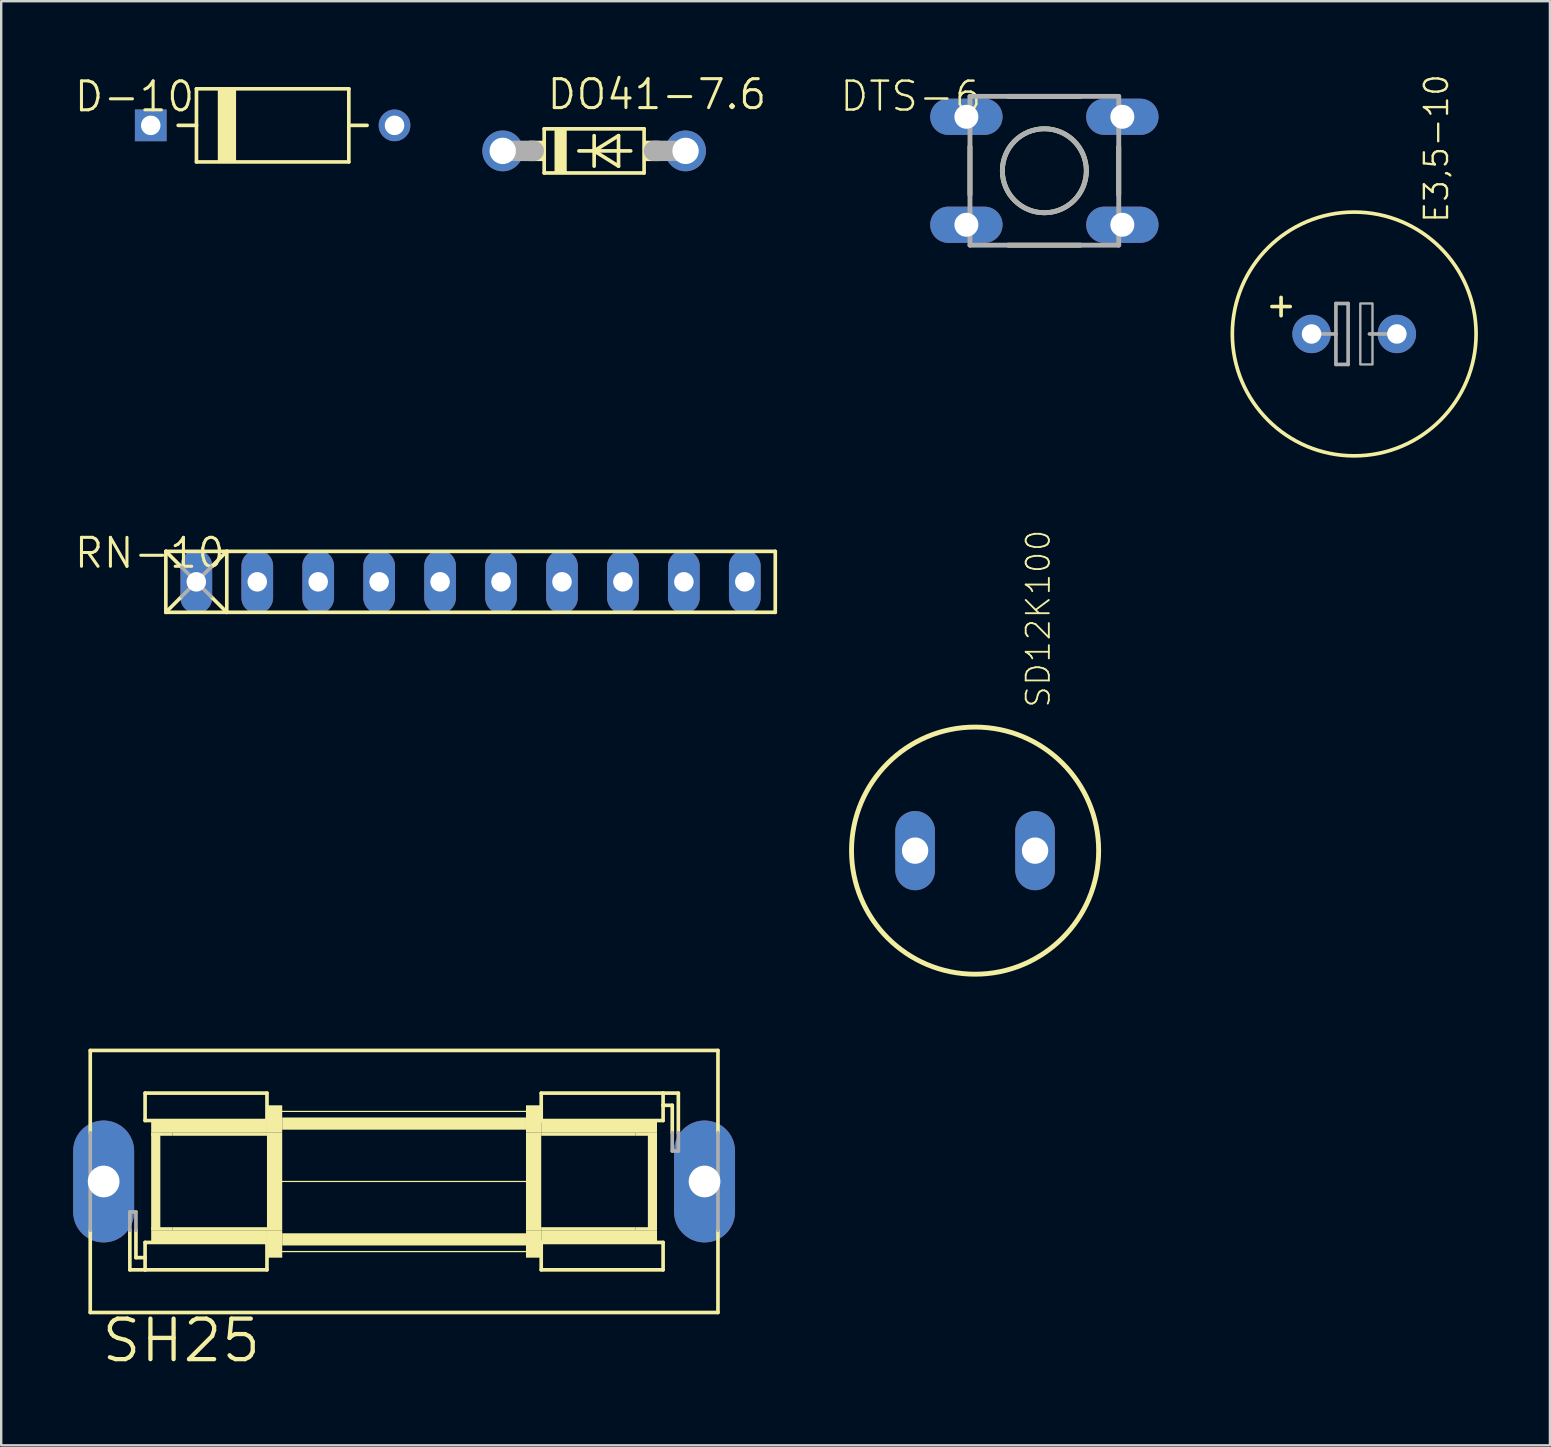
<source format=kicad_pcb>
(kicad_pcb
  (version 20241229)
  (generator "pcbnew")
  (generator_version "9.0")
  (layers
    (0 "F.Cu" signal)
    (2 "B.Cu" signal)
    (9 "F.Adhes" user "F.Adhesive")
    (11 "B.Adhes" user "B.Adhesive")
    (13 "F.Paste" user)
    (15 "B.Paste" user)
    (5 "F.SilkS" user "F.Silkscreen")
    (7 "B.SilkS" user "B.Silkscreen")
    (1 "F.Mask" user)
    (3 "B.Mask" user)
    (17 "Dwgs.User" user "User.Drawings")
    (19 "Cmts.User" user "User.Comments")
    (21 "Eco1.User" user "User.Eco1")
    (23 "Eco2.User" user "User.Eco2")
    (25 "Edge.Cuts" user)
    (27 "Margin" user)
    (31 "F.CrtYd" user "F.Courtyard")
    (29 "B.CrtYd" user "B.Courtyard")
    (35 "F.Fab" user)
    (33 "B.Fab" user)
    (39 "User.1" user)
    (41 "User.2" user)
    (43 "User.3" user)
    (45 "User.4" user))
  (footprint "E3,5-10"
    (layer "F.Cu")
    (at 53.391 10.869)
    (property "Reference" "E3,5-10" (at 3.991 -4.567 270) (layer "F.SilkS") (effects (font (size 0.965 0.965) (thickness 0.097)) (justify left bottom)))
    (attr through_hole)
    (fp_line (start -3.429 -1.143) (end -2.667 -1.143) (stroke (width 0.152) (type solid)) (layer "F.SilkS"))
    (fp_line (start -3.048 -0.762) (end -3.048 -1.524) (stroke (width 0.152) (type solid)) (layer "F.SilkS"))
    (fp_circle (center 0 0) (end 5.08 0) (stroke (width 0.152) (type solid)) (fill no) (layer "F.SilkS"))
    (fp_line (start -1.651 0) (end -0.762 0) (stroke (width 0.152) (type solid)) (layer "F.Fab"))
    (fp_line (start -0.762 -1.27) (end -0.762 0) (stroke (width 0.152) (type solid)) (layer "F.Fab"))
    (fp_line (start -0.762 0) (end -0.762 1.27) (stroke (width 0.152) (type solid)) (layer "F.Fab"))
    (fp_line (start -0.762 1.27) (end -0.254 1.27) (stroke (width 0.152) (type solid)) (layer "F.Fab"))
    (fp_line (start -0.254 -1.27) (end -0.762 -1.27) (stroke (width 0.152) (type solid)) (layer "F.Fab"))
    (fp_line (start -0.254 1.27) (end -0.254 -1.27) (stroke (width 0.152) (type solid)) (layer "F.Fab"))
    (fp_line (start 0.635 0) (end 1.651 0) (stroke (width 0.152) (type solid)) (layer "F.Fab"))
    (fp_poly (pts (xy 0.254 1.27) (xy 0.762 1.27) (xy 0.762 -1.27) (xy 0.254 -1.27)) (stroke (width 0.1) (type solid)) (fill no) (layer "F.Fab"))
    (pad "+" thru_hole circle (at -1.778 0) (size 1.6 1.6) (drill 0.813) (layers "*.Cu" "*.Mask"))
    (pad "-" thru_hole circle (at 1.778 0) (size 1.6 1.6) (drill 0.813) (layers "*.Cu" "*.Mask")))
  (footprint "DO41-7.6"
    (layer "F.Cu")
    (at 21.713 3.239)
    (property "Reference" "DO41-7.6" (at -2.032 -1.651 0) (layer "F.SilkS") (effects (font (size 1.206 1.206) (thickness 0.127)) (justify left bottom)))
    (attr through_hole)
    (fp_line (start -2.082 -0.92) (end -2.082 0.92) (stroke (width 0.152) (type solid)) (layer "F.SilkS"))
    (fp_line (start -2.082 -0.92) (end 2.082 -0.92) (stroke (width 0.152) (type solid)) (layer "F.SilkS"))
    (fp_line (start -0.635 0) (end 0 0) (stroke (width 0.152) (type solid)) (layer "F.SilkS"))
    (fp_line (start 0 -0.635) (end 0 0) (stroke (width 0.152) (type solid)) (layer "F.SilkS"))
    (fp_line (start 0 0) (end 0 0.635) (stroke (width 0.152) (type solid)) (layer "F.SilkS"))
    (fp_line (start 0 0) (end 1.016 -0.635) (stroke (width 0.152) (type solid)) (layer "F.SilkS"))
    (fp_line (start 0 0) (end 1.524 0) (stroke (width 0.152) (type solid)) (layer "F.SilkS"))
    (fp_line (start 1.016 -0.635) (end 1.016 0.635) (stroke (width 0.152) (type solid)) (layer "F.SilkS"))
    (fp_line (start 1.016 0.635) (end 0 0) (stroke (width 0.152) (type solid)) (layer "F.SilkS"))
    (fp_line (start 2.082 0.92) (end -2.082 0.92) (stroke (width 0.152) (type solid)) (layer "F.SilkS"))
    (fp_line (start 2.082 0.92) (end 2.082 -0.92) (stroke (width 0.152) (type solid)) (layer "F.SilkS"))
    (fp_poly (pts (xy -2.717 0.425) (xy -2.082 0.425) (xy -2.082 -0.425) (xy -2.717 -0.425)) (stroke (width 0) (type solid)) (fill yes) (layer "F.SilkS"))
    (fp_poly (pts (xy -1.651 0.95) (xy -1.143 0.95) (xy -1.143 -0.92) (xy -1.651 -0.92)) (stroke (width 0) (type solid)) (fill yes) (layer "F.SilkS"))
    (fp_poly (pts (xy 2.082 0.425) (xy 2.717 0.425) (xy 2.717 -0.425) (xy 2.082 -0.425)) (stroke (width 0) (type solid)) (fill yes) (layer "F.SilkS"))
    (fp_line (start -3.81 0) (end -2.519 0) (stroke (width 0.85) (type solid)) (layer "F.Fab"))
    (fp_line (start 3.81 0) (end 2.494 0) (stroke (width 0.85) (type solid)) (layer "F.Fab"))
    (pad "A" thru_hole circle (at 3.81 0) (size 1.7 1.7) (drill 1.1) (layers "*.Cu" "*.Mask"))
    (pad "C" thru_hole circle (at -3.81 0) (size 1.7 1.7) (drill 1.1) (layers "*.Cu" "*.Mask")))
  (footprint "SH25"
    (layer "F.Cu")
    (at 13.792 46.192)
    (property "Reference" "SH25" (at -12.7 7.62 0) (layer "F.SilkS") (effects (font (size 1.689 1.689) (thickness 0.178)) (justify left bottom)))
    (attr through_hole)
    (fp_line (start -13.081 -5.461) (end -13.081 -2.032) (stroke (width 0.152) (type solid)) (layer "F.SilkS"))
    (fp_line (start -13.081 2.032) (end -13.081 5.461) (stroke (width 0.152) (type solid)) (layer "F.SilkS"))
    (fp_line (start -13.081 5.461) (end 13.081 5.461) (stroke (width 0.152) (type solid)) (layer "F.SilkS"))
    (fp_line (start -11.43 3.683) (end -11.43 2.032) (stroke (width 0.152) (type solid)) (layer "F.SilkS"))
    (fp_line (start -11.176 2.032) (end -11.176 3.175) (stroke (width 0.152) (type solid)) (layer "F.SilkS"))
    (fp_line (start -11.176 3.175) (end -10.795 3.175) (stroke (width 0.152) (type solid)) (layer "F.SilkS"))
    (fp_line (start -10.795 -3.683) (end -10.795 -2.54) (stroke (width 0.152) (type solid)) (layer "F.SilkS"))
    (fp_line (start -10.795 -3.683) (end -5.715 -3.683) (stroke (width 0.152) (type solid)) (layer "F.SilkS"))
    (fp_line (start -10.795 -2.54) (end -5.715 -2.54) (stroke (width 0.152) (type solid)) (layer "F.SilkS"))
    (fp_line (start -10.795 2.54) (end -5.715 2.54) (stroke (width 0.152) (type solid)) (layer "F.SilkS"))
    (fp_line (start -10.795 3.175) (end -10.795 2.54) (stroke (width 0.152) (type solid)) (layer "F.SilkS"))
    (fp_line (start -10.795 3.683) (end -11.43 3.683) (stroke (width 0.152) (type solid)) (layer "F.SilkS"))
    (fp_line (start -10.795 3.683) (end -10.795 3.175) (stroke (width 0.152) (type solid)) (layer "F.SilkS"))
    (fp_line (start -5.715 -2.54) (end -5.715 -3.683) (stroke (width 0.152) (type solid)) (layer "F.SilkS"))
    (fp_line (start -5.715 3.683) (end -10.795 3.683) (stroke (width 0.152) (type solid)) (layer "F.SilkS"))
    (fp_line (start -5.715 3.683) (end -5.715 2.54) (stroke (width 0.152) (type solid)) (layer "F.SilkS"))
    (fp_line (start -5.207 0) (end 5.207 0) (stroke (width 0.051) (type solid)) (layer "F.SilkS"))
    (fp_line (start -5.08 -2.921) (end 5.08 -2.921) (stroke (width 0.051) (type solid)) (layer "F.SilkS"))
    (fp_line (start -5.08 2.921) (end 5.08 2.921) (stroke (width 0.051) (type solid)) (layer "F.SilkS"))
    (fp_line (start 5.715 -3.683) (end 5.715 -2.54) (stroke (width 0.152) (type solid)) (layer "F.SilkS"))
    (fp_line (start 5.715 -3.683) (end 10.795 -3.683) (stroke (width 0.152) (type solid)) (layer "F.SilkS"))
    (fp_line (start 5.715 2.54) (end 5.715 3.683) (stroke (width 0.152) (type solid)) (layer "F.SilkS"))
    (fp_line (start 10.795 -3.683) (end 10.795 -3.175) (stroke (width 0.152) (type solid)) (layer "F.SilkS"))
    (fp_line (start 10.795 -3.683) (end 11.43 -3.683) (stroke (width 0.152) (type solid)) (layer "F.SilkS"))
    (fp_line (start 10.795 -3.175) (end 10.795 -2.54) (stroke (width 0.152) (type solid)) (layer "F.SilkS"))
    (fp_line (start 10.795 -2.54) (end 5.715 -2.54) (stroke (width 0.152) (type solid)) (layer "F.SilkS"))
    (fp_line (start 10.795 2.54) (end 5.715 2.54) (stroke (width 0.152) (type solid)) (layer "F.SilkS"))
    (fp_line (start 10.795 3.683) (end 5.715 3.683) (stroke (width 0.152) (type solid)) (layer "F.SilkS"))
    (fp_line (start 10.795 3.683) (end 10.795 2.54) (stroke (width 0.152) (type solid)) (layer "F.SilkS"))
    (fp_line (start 11.176 -3.175) (end 10.795 -3.175) (stroke (width 0.152) (type solid)) (layer "F.SilkS"))
    (fp_line (start 11.176 -2.032) (end 11.176 -3.175) (stroke (width 0.152) (type solid)) (layer "F.SilkS"))
    (fp_line (start 11.43 -3.683) (end 11.43 -2.032) (stroke (width 0.152) (type solid)) (layer "F.SilkS"))
    (fp_line (start 13.081 -5.461) (end -13.081 -5.461) (stroke (width 0.152) (type solid)) (layer "F.SilkS"))
    (fp_line (start 13.081 -5.461) (end 13.081 -2.032) (stroke (width 0.152) (type solid)) (layer "F.SilkS"))
    (fp_line (start 13.081 2.032) (end 13.081 5.461) (stroke (width 0.152) (type solid)) (layer "F.SilkS"))
    (fp_poly (pts (xy -10.541 -2.032) (xy -5.715 -2.032) (xy -5.715 -2.54) (xy -10.541 -2.54)) (stroke (width 0) (type solid)) (fill yes) (layer "F.SilkS"))
    (fp_poly (pts (xy -10.541 -1.905) (xy -9.652 -1.905) (xy -9.652 -2.032) (xy -10.541 -2.032)) (stroke (width 0) (type solid)) (fill yes) (layer "F.SilkS"))
    (fp_poly (pts (xy -10.541 2.032) (xy -10.16 2.032) (xy -10.16 -2.032) (xy -10.541 -2.032)) (stroke (width 0) (type solid)) (fill yes) (layer "F.SilkS"))
    (fp_poly (pts (xy -10.541 2.032) (xy -9.652 2.032) (xy -9.652 1.905) (xy -10.541 1.905)) (stroke (width 0) (type solid)) (fill yes) (layer "F.SilkS"))
    (fp_poly (pts (xy -10.541 2.54) (xy -5.715 2.54) (xy -5.715 2.032) (xy -10.541 2.032)) (stroke (width 0) (type solid)) (fill yes) (layer "F.SilkS"))
    (fp_poly (pts (xy -9.652 -1.905) (xy -5.715 -1.905) (xy -5.715 -2.032) (xy -9.652 -2.032)) (stroke (width 0) (type solid)) (fill yes) (layer "F.SilkS"))
    (fp_poly (pts (xy -9.652 2.032) (xy -5.715 2.032) (xy -5.715 1.905) (xy -9.652 1.905)) (stroke (width 0) (type solid)) (fill yes) (layer "F.SilkS"))
    (fp_poly (pts (xy -5.715 -2.032) (xy -5.08 -2.032) (xy -5.08 -3.175) (xy -5.715 -3.175)) (stroke (width 0) (type solid)) (fill yes) (layer "F.SilkS"))
    (fp_poly (pts (xy -5.715 2.032) (xy -5.08 2.032) (xy -5.08 -2.032) (xy -5.715 -2.032)) (stroke (width 0) (type solid)) (fill yes) (layer "F.SilkS"))
    (fp_poly (pts (xy -5.715 3.175) (xy -5.08 3.175) (xy -5.08 2.032) (xy -5.715 2.032)) (stroke (width 0) (type solid)) (fill yes) (layer "F.SilkS"))
    (fp_poly (pts (xy -5.08 -2.159) (xy 5.08 -2.159) (xy 5.08 -2.667) (xy -5.08 -2.667)) (stroke (width 0) (type solid)) (fill yes) (layer "F.SilkS"))
    (fp_poly (pts (xy -5.08 2.667) (xy 5.08 2.667) (xy 5.08 2.159) (xy -5.08 2.159)) (stroke (width 0) (type solid)) (fill yes) (layer "F.SilkS"))
    (fp_poly (pts (xy 5.08 -2.032) (xy 5.715 -2.032) (xy 5.715 -3.175) (xy 5.08 -3.175)) (stroke (width 0) (type solid)) (fill yes) (layer "F.SilkS"))
    (fp_poly (pts (xy 5.08 2.032) (xy 5.715 2.032) (xy 5.715 -2.032) (xy 5.08 -2.032)) (stroke (width 0) (type solid)) (fill yes) (layer "F.SilkS"))
    (fp_poly (pts (xy 5.08 3.175) (xy 5.715 3.175) (xy 5.715 2.032) (xy 5.08 2.032)) (stroke (width 0) (type solid)) (fill yes) (layer "F.SilkS"))
    (fp_poly (pts (xy 5.715 -2.032) (xy 10.541 -2.032) (xy 10.541 -2.54) (xy 5.715 -2.54)) (stroke (width 0) (type solid)) (fill yes) (layer "F.SilkS"))
    (fp_poly (pts (xy 5.715 -1.905) (xy 9.652 -1.905) (xy 9.652 -2.032) (xy 5.715 -2.032)) (stroke (width 0) (type solid)) (fill yes) (layer "F.SilkS"))
    (fp_poly (pts (xy 5.715 2.032) (xy 9.652 2.032) (xy 9.652 1.905) (xy 5.715 1.905)) (stroke (width 0) (type solid)) (fill yes) (layer "F.SilkS"))
    (fp_poly (pts (xy 5.715 2.54) (xy 10.541 2.54) (xy 10.541 2.032) (xy 5.715 2.032)) (stroke (width 0) (type solid)) (fill yes) (layer "F.SilkS"))
    (fp_poly (pts (xy 9.652 -1.905) (xy 10.541 -1.905) (xy 10.541 -2.032) (xy 9.652 -2.032)) (stroke (width 0) (type solid)) (fill yes) (layer "F.SilkS"))
    (fp_poly (pts (xy 9.652 2.032) (xy 10.541 2.032) (xy 10.541 1.905) (xy 9.652 1.905)) (stroke (width 0) (type solid)) (fill yes) (layer "F.SilkS"))
    (fp_poly (pts (xy 10.16 2.032) (xy 10.541 2.032) (xy 10.541 -2.032) (xy 10.16 -2.032)) (stroke (width 0) (type solid)) (fill yes) (layer "F.SilkS"))
    (fp_line (start -13.081 2.032) (end -13.081 -2.032) (stroke (width 0.152) (type solid)) (layer "F.Fab"))
    (fp_line (start -11.43 1.27) (end -11.176 1.27) (stroke (width 0.152) (type solid)) (layer "F.Fab"))
    (fp_line (start -11.43 2.032) (end -11.43 1.27) (stroke (width 0.152) (type solid)) (layer "F.Fab"))
    (fp_line (start -11.176 1.27) (end -11.176 2.032) (stroke (width 0.152) (type solid)) (layer "F.Fab"))
    (fp_line (start 11.176 -1.27) (end 11.176 -2.032) (stroke (width 0.152) (type solid)) (layer "F.Fab"))
    (fp_line (start 11.43 -2.032) (end 11.43 -1.27) (stroke (width 0.152) (type solid)) (layer "F.Fab"))
    (fp_line (start 11.43 -1.27) (end 11.176 -1.27) (stroke (width 0.152) (type solid)) (layer "F.Fab"))
    (fp_line (start 13.081 2.032) (end 13.081 -2.032) (stroke (width 0.152) (type solid)) (layer "F.Fab"))
    (pad "1" thru_hole oval (at -12.522 0 90) (size 5.08 2.54) (drill 1.321) (layers "*.Cu" "*.Mask"))
    (pad "2" thru_hole oval (at 12.522 0 90) (size 5.08 2.54) (drill 1.321) (layers "*.Cu" "*.Mask")))
  (footprint "DTS-6"
    (layer "F.Cu")
    (at 40.477 4.067)
    (property "Reference" "DTS-6" (at -2.54 -3.81 0) (layer "F.SilkS") (effects (font (size 1.206 1.206) (thickness 0.102)) (justify right top)))
    (attr through_hole)
    (fp_line (start -3.1 1) (end -3.1 -1) (stroke (width 0.203) (type solid)) (layer "F.SilkS"))
    (fp_line (start 1.5 -3.1) (end -1.5 -3.1) (stroke (width 0.203) (type solid)) (layer "F.SilkS"))
    (fp_line (start 1.5 3.1) (end -1.5 3.1) (stroke (width 0.203) (type solid)) (layer "F.SilkS"))
    (fp_line (start 3.1 1) (end 3.1 -1) (stroke (width 0.203) (type solid)) (layer "F.SilkS"))
    (fp_circle (center 0 0) (end 1.75 0) (stroke (width 0.203) (type solid)) (fill no) (layer "F.SilkS"))
    (fp_line (start -3.1 -3.1) (end 3.1 -3.1) (stroke (width 0.203) (type solid)) (layer "F.Fab"))
    (fp_line (start -3.1 3.1) (end -3.1 -3.1) (stroke (width 0.203) (type solid)) (layer "F.Fab"))
    (fp_line (start 3.1 -3.1) (end 3.1 3.1) (stroke (width 0.203) (type solid)) (layer "F.Fab"))
    (fp_line (start 3.1 3.1) (end -3.1 3.1) (stroke (width 0.203) (type solid)) (layer "F.Fab"))
    (fp_circle (center 0 0) (end 1.75 0) (stroke (width 0.203) (type solid)) (fill no) (layer "F.Fab"))
    (pad "1" thru_hole oval (at -3.25 -2.25) (size 3.016 1.508) (drill 1) (layers "*.Cu" "*.Mask"))
    (pad "2" thru_hole oval (at 3.25 -2.25) (size 3.016 1.508) (drill 1) (layers "*.Cu" "*.Mask"))
    (pad "3" thru_hole oval (at -3.25 2.25) (size 3.016 1.508) (drill 1) (layers "*.Cu" "*.Mask"))
    (pad "4" thru_hole oval (at 3.25 2.25) (size 3.016 1.508) (drill 1) (layers "*.Cu" "*.Mask")))
  (footprint "D-10"
    (layer "F.Cu")
    (at 8.313 2.175)
    (property "Reference" "D-10" (at -3.175 -1.905 0) (layer "F.SilkS") (effects (font (size 1.206 1.206) (thickness 0.127)) (justify right top)))
    (attr through_hole)
    (fp_line (start -3.175 -1.524) (end -3.175 0) (stroke (width 0.152) (type solid)) (layer "F.SilkS"))
    (fp_line (start -3.175 0) (end -3.937 0) (stroke (width 0.152) (type solid)) (layer "F.SilkS"))
    (fp_line (start -3.175 0) (end -3.175 1.524) (stroke (width 0.152) (type solid)) (layer "F.SilkS"))
    (fp_line (start -3.175 1.524) (end 3.175 1.524) (stroke (width 0.152) (type solid)) (layer "F.SilkS"))
    (fp_line (start 3.175 -1.524) (end -3.175 -1.524) (stroke (width 0.152) (type solid)) (layer "F.SilkS"))
    (fp_line (start 3.175 0) (end 3.175 -1.524) (stroke (width 0.152) (type solid)) (layer "F.SilkS"))
    (fp_line (start 3.175 1.524) (end 3.175 0) (stroke (width 0.152) (type solid)) (layer "F.SilkS"))
    (fp_line (start 3.937 0) (end 3.175 0) (stroke (width 0.152) (type solid)) (layer "F.SilkS"))
    (fp_poly (pts (xy -2.286 1.524) (xy -1.524 1.524) (xy -1.524 -1.524) (xy -2.286 -1.524)) (stroke (width 0) (type solid)) (fill yes) (layer "F.SilkS"))
    (pad "A" thru_hole circle (at 5.08 0) (size 1.321 1.321) (drill 0.813) (layers "*.Cu" "*.Mask"))
    (pad "C" thru_hole rect (at -5.08 0) (size 1.321 1.321) (drill 0.813) (layers "*.Cu" "*.Mask")))
  (footprint "SD12K100"
    (layer "F.Cu")
    (at 37.59 32.403)
    (property "Reference" "SD12K100" (at 3.196 -5.894 270) (layer "F.SilkS") (effects (font (size 0.965 0.965) (thickness 0.077)) (justify left bottom)))
    (attr through_hole)
    (fp_circle (center 0 0) (end 5.15 0) (stroke (width 0.203) (type solid)) (fill no) (layer "F.SilkS"))
    (pad "1" thru_hole oval (at -2.5 0 90) (size 3.3 1.65) (drill 1.1) (layers "*.Cu" "*.Mask"))
    (pad "2" thru_hole oval (at 2.5 0 90) (size 3.3 1.65) (drill 1.1) (layers "*.Cu" "*.Mask")))
  (footprint "RN-10"
    (layer "F.Cu")
    (at 16.562 21.2)
    (property "Reference" "RN-10" (at -10.16 -1.905 0) (layer "F.SilkS") (effects (font (size 1.206 1.206) (thickness 0.127)) (justify right top)))
    (attr through_hole)
    (fp_line (start -12.7 -1.27) (end -12.7 1.27) (stroke (width 0.152) (type solid)) (layer "F.SilkS"))
    (fp_line (start -12.7 -1.27) (end -12.065 -0.635) (stroke (width 0.152) (type solid)) (layer "F.SilkS"))
    (fp_line (start -12.7 1.27) (end -12.065 0.635) (stroke (width 0.152) (type solid)) (layer "F.SilkS"))
    (fp_line (start -12.7 1.27) (end -10.16 1.27) (stroke (width 0.152) (type solid)) (layer "F.SilkS"))
    (fp_line (start -10.16 -1.27) (end -12.7 -1.27) (stroke (width 0.152) (type solid)) (layer "F.SilkS"))
    (fp_line (start -10.16 -1.27) (end -10.795 -0.635) (stroke (width 0.152) (type solid)) (layer "F.SilkS"))
    (fp_line (start -10.16 -1.27) (end -10.16 1.27) (stroke (width 0.152) (type solid)) (layer "F.SilkS"))
    (fp_line (start -10.16 1.27) (end -10.795 0.635) (stroke (width 0.152) (type solid)) (layer "F.SilkS"))
    (fp_line (start -10.16 1.27) (end 12.7 1.27) (stroke (width 0.152) (type solid)) (layer "F.SilkS"))
    (fp_line (start 12.7 -1.27) (end -10.16 -1.27) (stroke (width 0.152) (type solid)) (layer "F.SilkS"))
    (fp_line (start 12.7 1.27) (end 12.7 -1.27) (stroke (width 0.152) (type solid)) (layer "F.SilkS"))
    (fp_line (start -12.04 -0.61) (end -10.82 0.61) (stroke (width 0.152) (type solid)) (layer "F.Fab"))
    (fp_line (start -12.04 0.61) (end -10.82 -0.61) (stroke (width 0.152) (type solid)) (layer "F.Fab"))
    (pad "1" thru_hole oval (at -11.43 0 90) (size 2.642 1.321) (drill 0.813) (layers "*.Cu" "*.Mask"))
    (pad "2" thru_hole oval (at -8.89 0 90) (size 2.642 1.321) (drill 0.813) (layers "*.Cu" "*.Mask"))
    (pad "3" thru_hole oval (at -6.35 0 90) (size 2.642 1.321) (drill 0.813) (layers "*.Cu" "*.Mask"))
    (pad "4" thru_hole oval (at -3.81 0 90) (size 2.642 1.321) (drill 0.813) (layers "*.Cu" "*.Mask"))
    (pad "5" thru_hole oval (at -1.27 0 90) (size 2.642 1.321) (drill 0.813) (layers "*.Cu" "*.Mask"))
    (pad "6" thru_hole oval (at 1.27 0 90) (size 2.642 1.321) (drill 0.813) (layers "*.Cu" "*.Mask"))
    (pad "7" thru_hole oval (at 3.81 0 90) (size 2.642 1.321) (drill 0.813) (layers "*.Cu" "*.Mask"))
    (pad "8" thru_hole oval (at 6.35 0 90) (size 2.642 1.321) (drill 0.813) (layers "*.Cu" "*.Mask"))
    (pad "9" thru_hole oval (at 8.89 0 90) (size 2.642 1.321) (drill 0.813) (layers "*.Cu" "*.Mask"))
    (pad "10" thru_hole oval (at 11.43 0 90) (size 2.642 1.321) (drill 0.813) (layers "*.Cu" "*.Mask")))
  (gr_rect
    (start -3 -3)
    (end 61.548 57.189)
    (stroke (width 0.1) (type default))
    (fill no)
    (layer "Edge.Cuts")))
</source>
